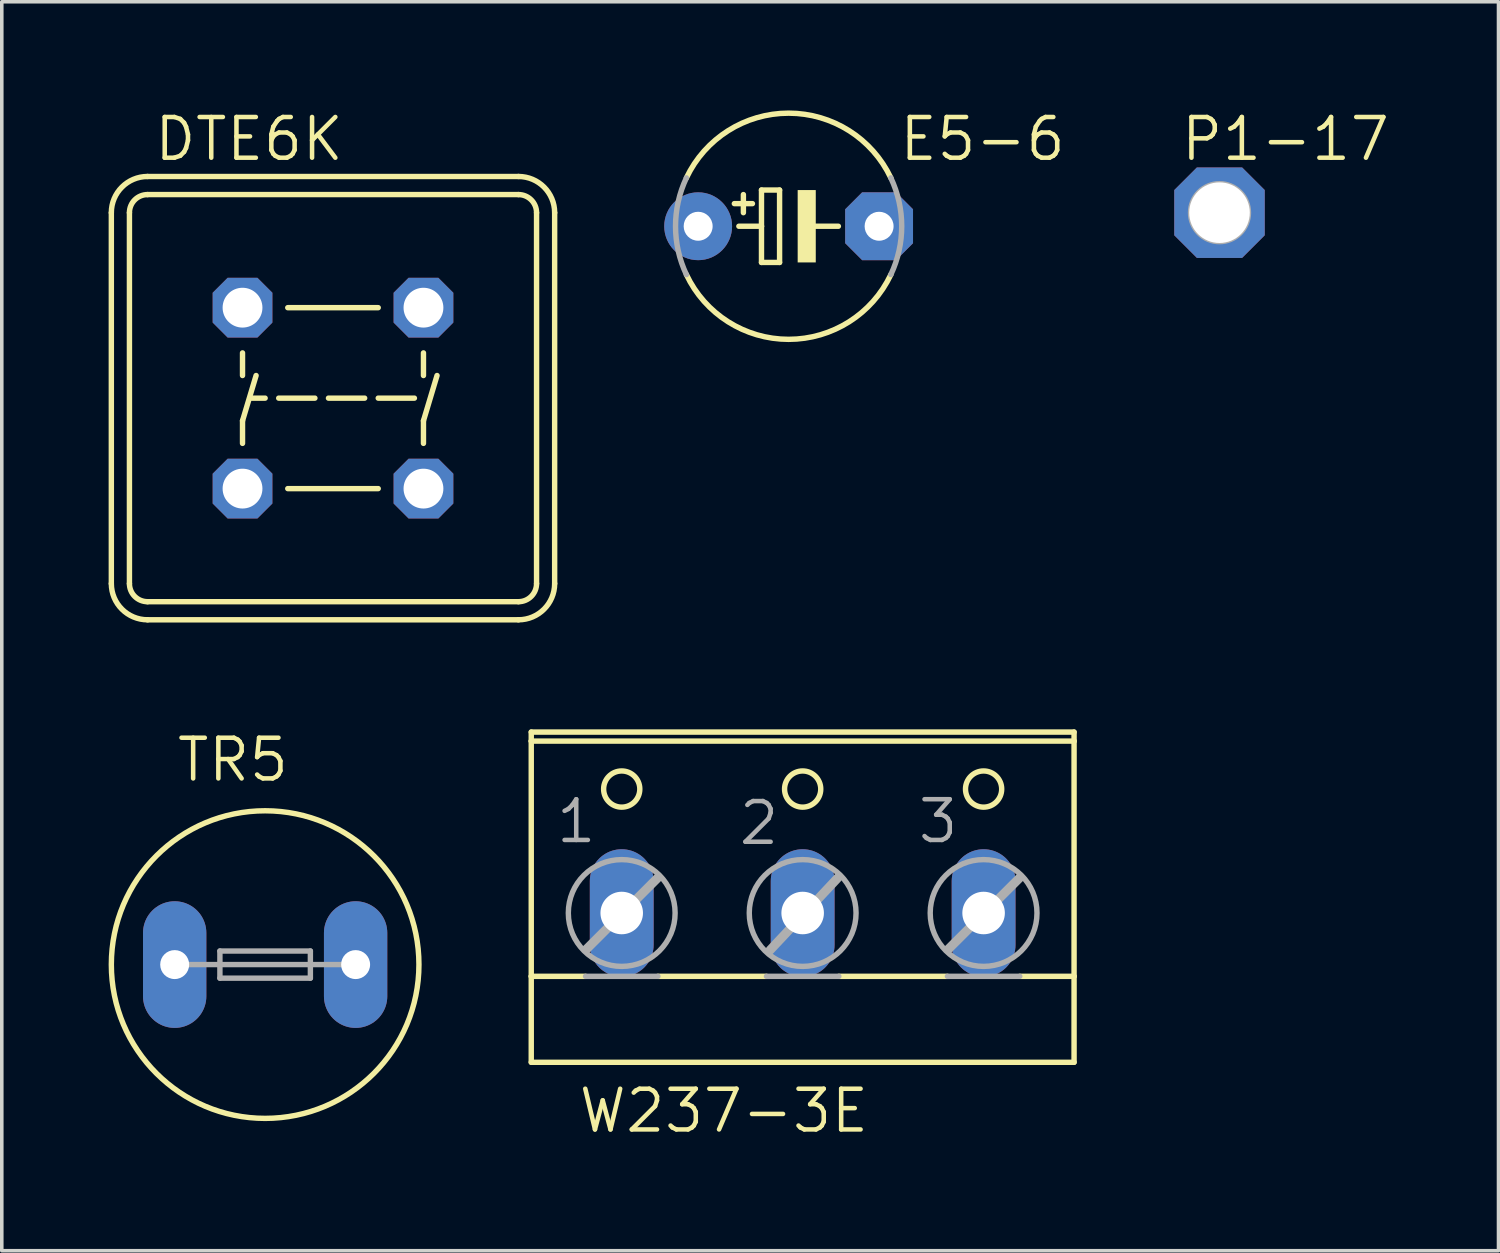
<source format=kicad_pcb>
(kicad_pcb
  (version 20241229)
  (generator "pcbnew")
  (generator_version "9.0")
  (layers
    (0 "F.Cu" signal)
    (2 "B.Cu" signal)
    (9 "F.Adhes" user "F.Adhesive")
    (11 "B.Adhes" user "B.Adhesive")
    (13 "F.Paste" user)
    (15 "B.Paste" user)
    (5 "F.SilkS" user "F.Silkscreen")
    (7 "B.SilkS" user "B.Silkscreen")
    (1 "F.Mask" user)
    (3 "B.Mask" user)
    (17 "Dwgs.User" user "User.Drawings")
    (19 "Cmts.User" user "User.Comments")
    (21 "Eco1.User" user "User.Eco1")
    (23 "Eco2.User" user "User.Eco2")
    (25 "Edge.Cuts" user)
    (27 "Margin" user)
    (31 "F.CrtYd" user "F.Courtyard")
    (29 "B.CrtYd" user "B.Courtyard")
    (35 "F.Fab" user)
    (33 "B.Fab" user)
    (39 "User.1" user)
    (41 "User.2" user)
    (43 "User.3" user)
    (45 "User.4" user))
  (footprint "E5-6"
    (layer "F.Cu")
    (at 19.091 3.302)
    (property "Reference" "E5-6" (at 3.048 -1.778 0) (layer "F.SilkS") (effects (font (size 1.143 1.143) (thickness 0.127)) (justify left bottom)))
    (fp_line (start -1.524 -0.635) (end -1.016 -0.635) (stroke (width 0.152) (type solid)) (layer "F.SilkS"))
    (fp_line (start -1.397 0) (end -0.762 0) (stroke (width 0.152) (type solid)) (layer "F.SilkS"))
    (fp_line (start -1.27 -0.381) (end -1.27 -0.889) (stroke (width 0.152) (type solid)) (layer "F.SilkS"))
    (fp_line (start -0.762 -1.016) (end -0.762 0) (stroke (width 0.152) (type solid)) (layer "F.SilkS"))
    (fp_line (start -0.762 0) (end -0.762 1.016) (stroke (width 0.152) (type solid)) (layer "F.SilkS"))
    (fp_line (start -0.762 1.016) (end -0.254 1.016) (stroke (width 0.152) (type solid)) (layer "F.SilkS"))
    (fp_line (start -0.254 -1.016) (end -0.762 -1.016) (stroke (width 0.152) (type solid)) (layer "F.SilkS"))
    (fp_line (start -0.254 1.016) (end -0.254 -1.016) (stroke (width 0.152) (type solid)) (layer "F.SilkS"))
    (fp_line (start 0.635 0) (end 1.397 0) (stroke (width 0.152) (type solid)) (layer "F.SilkS"))
    (fp_arc (start -2.8702 -1.3574) (mid 0 -3.174993) (end 2.8702 -1.3574) (stroke (width 0.1524) (type solid)) (layer "F.SilkS"))
    (fp_arc (start 2.8702 1.3574) (mid 0 3.174993) (end -2.8702 1.3574) (stroke (width 0.1524) (type solid)) (layer "F.SilkS"))
    (fp_poly (pts (xy 0.254 1.016) (xy 0.762 1.016) (xy 0.762 -1.016) (xy 0.254 -1.016)) (stroke (width 0) (type solid)) (fill yes) (layer "F.SilkS"))
    (fp_arc (start -2.8702 1.3574) (mid -3.174993 0) (end -2.8702 -1.3574) (stroke (width 0.1524) (type solid)) (layer "F.Fab"))
    (fp_arc (start 2.8702 -1.3574) (mid 3.174993 0) (end 2.8702 1.3574) (stroke (width 0.1524) (type solid)) (layer "F.Fab"))
    (pad "+" thru_hole circle (at -2.54 0) (size 1.905 1.905) (drill 0.813) (layers "*.Cu" "*.Mask"))
    (pad "-" thru_hole roundrect (at 2.54 0) (size 1.905 1.905) (drill 0.813) (layers "*.Cu" "*.Mask") (roundrect_rratio 0.25) (chamfer_ratio 0.25) (chamfer top_left top_right bottom_left bottom_right)))
  (footprint "DTE6K"
    (layer "F.Cu")
    (at 6.299 8.128)
    (property "Reference" "DTE6K" (at -5.08 -6.604 0) (layer "F.SilkS") (effects (font (size 1.143 1.143) (thickness 0.127)) (justify left bottom)))
    (fp_line (start -6.223 5.207) (end -6.223 -5.207) (stroke (width 0.152) (type solid)) (layer "F.SilkS"))
    (fp_line (start -5.715 5.207) (end -5.715 -5.207) (stroke (width 0.152) (type solid)) (layer "F.SilkS"))
    (fp_line (start -5.207 -6.223) (end 5.207 -6.223) (stroke (width 0.152) (type solid)) (layer "F.SilkS"))
    (fp_line (start -5.207 -5.715) (end 5.207 -5.715) (stroke (width 0.152) (type solid)) (layer "F.SilkS"))
    (fp_line (start -2.54 -1.27) (end -2.54 -0.635) (stroke (width 0.152) (type solid)) (layer "F.SilkS"))
    (fp_line (start -2.54 0.635) (end -2.54 1.27) (stroke (width 0.152) (type solid)) (layer "F.SilkS"))
    (fp_line (start -2.286 0) (end -1.905 0) (stroke (width 0.152) (type solid)) (layer "F.SilkS"))
    (fp_line (start -2.159 -0.635) (end -2.54 0.635) (stroke (width 0.152) (type solid)) (layer "F.SilkS"))
    (fp_line (start -1.524 0) (end -0.508 0) (stroke (width 0.152) (type solid)) (layer "F.SilkS"))
    (fp_line (start -1.27 -2.54) (end 1.27 -2.54) (stroke (width 0.152) (type solid)) (layer "F.SilkS"))
    (fp_line (start -1.27 2.54) (end 1.27 2.54) (stroke (width 0.152) (type solid)) (layer "F.SilkS"))
    (fp_line (start -0.127 0) (end 0.889 0) (stroke (width 0.152) (type solid)) (layer "F.SilkS"))
    (fp_line (start 1.27 0) (end 2.286 0) (stroke (width 0.152) (type solid)) (layer "F.SilkS"))
    (fp_line (start 2.54 -1.27) (end 2.54 -0.635) (stroke (width 0.152) (type solid)) (layer "F.SilkS"))
    (fp_line (start 2.54 0.635) (end 2.54 1.27) (stroke (width 0.152) (type solid)) (layer "F.SilkS"))
    (fp_line (start 2.921 -0.635) (end 2.54 0.635) (stroke (width 0.152) (type solid)) (layer "F.SilkS"))
    (fp_line (start 5.207 5.715) (end -5.207 5.715) (stroke (width 0.152) (type solid)) (layer "F.SilkS"))
    (fp_line (start 5.207 6.223) (end -5.207 6.223) (stroke (width 0.152) (type solid)) (layer "F.SilkS"))
    (fp_line (start 5.715 -5.207) (end 5.715 5.207) (stroke (width 0.152) (type solid)) (layer "F.SilkS"))
    (fp_line (start 6.223 -5.207) (end 6.223 5.207) (stroke (width 0.152) (type solid)) (layer "F.SilkS"))
    (fp_arc (start -6.223 -5.207) (mid -5.92542 -5.92542) (end -5.207 -6.223) (stroke (width 0.1524) (type solid)) (layer "F.SilkS"))
    (fp_arc (start -5.715 -5.207) (mid -5.56621 -5.56621) (end -5.207 -5.715) (stroke (width 0.1524) (type solid)) (layer "F.SilkS"))
    (fp_arc (start -5.207 5.715) (mid -5.56621 5.56621) (end -5.715 5.207) (stroke (width 0.1524) (type solid)) (layer "F.SilkS"))
    (fp_arc (start -5.207 6.223) (mid -5.92542 5.92542) (end -6.223 5.207) (stroke (width 0.1524) (type solid)) (layer "F.SilkS"))
    (fp_arc (start 5.207 -6.223) (mid 5.92542 -5.92542) (end 6.223 -5.207) (stroke (width 0.1524) (type solid)) (layer "F.SilkS"))
    (fp_arc (start 5.207 -5.715) (mid 5.56621 -5.56621) (end 5.715 -5.207) (stroke (width 0.1524) (type solid)) (layer "F.SilkS"))
    (fp_arc (start 5.715 5.207) (mid 5.56621 5.56621) (end 5.207 5.715) (stroke (width 0.1524) (type solid)) (layer "F.SilkS"))
    (fp_arc (start 6.223 5.207) (mid 5.92542 5.92542) (end 5.207 6.223) (stroke (width 0.1524) (type solid)) (layer "F.SilkS"))
    (pad "1" thru_hole roundrect (at -2.54 -2.54) (size 1.676 1.676) (drill 1.118) (layers "*.Cu" "*.Mask") (roundrect_rratio 0.25) (chamfer_ratio 0.25) (chamfer top_left top_right bottom_left bottom_right))
    (pad "2" thru_hole roundrect (at 2.54 -2.54) (size 1.676 1.676) (drill 1.118) (layers "*.Cu" "*.Mask") (roundrect_rratio 0.25) (chamfer_ratio 0.25) (chamfer top_left top_right bottom_left bottom_right))
    (pad "3" thru_hole roundrect (at 2.54 2.54) (size 1.676 1.676) (drill 1.118) (layers "*.Cu" "*.Mask") (roundrect_rratio 0.25) (chamfer_ratio 0.25) (chamfer top_left top_right bottom_left bottom_right))
    (pad "4" thru_hole roundrect (at -2.54 2.54) (size 1.676 1.676) (drill 1.118) (layers "*.Cu" "*.Mask") (roundrect_rratio 0.25) (chamfer_ratio 0.25) (chamfer top_left top_right bottom_left bottom_right)))
  (footprint "TR5"
    (layer "F.Cu")
    (at 4.394 24.031)
    (property "Reference" "TR5" (at -2.54 -5.08 0) (layer "F.SilkS") (effects (font (size 1.143 1.143) (thickness 0.127)) (justify left bottom)))
    (fp_circle (center 0 0) (end 4.318 0) (stroke (width 0.152) (type solid)) (fill no) (layer "F.SilkS"))
    (fp_line (start -2.159 0) (end 2.159 0) (stroke (width 0.152) (type solid)) (layer "F.Fab"))
    (fp_line (start -1.27 -0.381) (end -1.27 0.381) (stroke (width 0.152) (type solid)) (layer "F.Fab"))
    (fp_line (start -1.27 0.381) (end 1.27 0.381) (stroke (width 0.152) (type solid)) (layer "F.Fab"))
    (fp_line (start 1.27 -0.381) (end -1.27 -0.381) (stroke (width 0.152) (type solid)) (layer "F.Fab"))
    (fp_line (start 1.27 -0.381) (end 1.27 0.381) (stroke (width 0.152) (type solid)) (layer "F.Fab"))
    (pad "1" thru_hole oval (at -2.54 0 90) (size 3.556 1.778) (drill 0.813) (layers "*.Cu" "*.Mask"))
    (pad "2" thru_hole oval (at 2.54 0 90) (size 3.556 1.778) (drill 0.813) (layers "*.Cu" "*.Mask")))
  (footprint "P1-17"
    (layer "F.Cu")
    (at 31.188 2.921)
    (property "Reference" "P1-17" (at -1.143 -1.397 0) (layer "F.SilkS") (effects (font (size 1.143 1.143) (thickness 0.127)) (justify left bottom)))
    (fp_circle (center 0 0) (end 0.813 0) (stroke (width 0.152) (type solid)) (fill no) (layer "F.Fab"))
    (fp_poly (pts (xy -0.33 0.33) (xy 0.33 0.33) (xy 0.33 -0.33) (xy -0.33 -0.33)) (stroke (width 0.1) (type solid)) (fill no) (layer "F.Fab"))
    (pad "TP" thru_hole roundrect (at 0 0) (size 2.54 2.54) (drill 1.702) (layers "*.Cu" "*.Mask") (roundrect_rratio 0.25) (chamfer_ratio 0.25) (chamfer top_left top_right bottom_left bottom_right)))
  (footprint "W237-3E"
    (layer "F.Cu")
    (at 19.485 21.948)
    (property "Reference" "W237-3E" (at -6.35 6.858 0) (layer "F.SilkS") (effects (font (size 1.143 1.143) (thickness 0.127)) (justify left bottom)))
    (fp_line (start -7.62 -4.191) (end -7.62 -4.445) (stroke (width 0.152) (type solid)) (layer "F.SilkS"))
    (fp_line (start -7.62 -4.191) (end 7.62 -4.191) (stroke (width 0.152) (type solid)) (layer "F.SilkS"))
    (fp_line (start -7.62 2.413) (end -7.62 -4.191) (stroke (width 0.152) (type solid)) (layer "F.SilkS"))
    (fp_line (start -7.62 2.413) (end -6.096 2.413) (stroke (width 0.152) (type solid)) (layer "F.SilkS"))
    (fp_line (start -7.62 4.826) (end -7.62 2.413) (stroke (width 0.152) (type solid)) (layer "F.SilkS"))
    (fp_line (start -7.62 4.826) (end 7.62 4.826) (stroke (width 0.152) (type solid)) (layer "F.SilkS"))
    (fp_line (start -4.064 2.413) (end -1.016 2.413) (stroke (width 0.152) (type solid)) (layer "F.SilkS"))
    (fp_line (start 1.016 2.413) (end 4.064 2.413) (stroke (width 0.152) (type solid)) (layer "F.SilkS"))
    (fp_line (start 6.096 2.413) (end 7.62 2.413) (stroke (width 0.152) (type solid)) (layer "F.SilkS"))
    (fp_line (start 7.62 -4.445) (end -7.62 -4.445) (stroke (width 0.152) (type solid)) (layer "F.SilkS"))
    (fp_line (start 7.62 -4.445) (end 7.62 -4.191) (stroke (width 0.152) (type solid)) (layer "F.SilkS"))
    (fp_line (start 7.62 -4.191) (end 7.62 2.413) (stroke (width 0.152) (type solid)) (layer "F.SilkS"))
    (fp_line (start 7.62 2.413) (end 7.62 4.826) (stroke (width 0.152) (type solid)) (layer "F.SilkS"))
    (fp_circle (center -5.08 -2.845) (end -4.572 -2.845) (stroke (width 0.152) (type solid)) (fill no) (layer "F.SilkS"))
    (fp_circle (center 0 -2.845) (end 0.508 -2.845) (stroke (width 0.152) (type solid)) (fill no) (layer "F.SilkS"))
    (fp_circle (center 5.08 -2.845) (end 5.588 -2.845) (stroke (width 0.152) (type solid)) (fill no) (layer "F.SilkS"))
    (fp_line (start -6.096 2.413) (end -4.064 2.413) (stroke (width 0.152) (type solid)) (layer "F.Fab"))
    (fp_line (start -6.071 1.651) (end -4.064 -0.356) (stroke (width 0.254) (type solid)) (layer "F.Fab"))
    (fp_line (start -1.016 2.413) (end 1.016 2.413) (stroke (width 0.152) (type solid)) (layer "F.Fab"))
    (fp_line (start -0.914 1.676) (end 0.991 -0.356) (stroke (width 0.254) (type solid)) (layer "F.Fab"))
    (fp_line (start 4.064 2.413) (end 6.096 2.413) (stroke (width 0.152) (type solid)) (layer "F.Fab"))
    (fp_line (start 4.089 1.651) (end 6.096 -0.356) (stroke (width 0.254) (type solid)) (layer "F.Fab"))
    (fp_circle (center -5.08 0.635) (end -3.581 0.635) (stroke (width 0.152) (type solid)) (fill no) (layer "F.Fab"))
    (fp_circle (center 0 0.635) (end 1.499 0.635) (stroke (width 0.152) (type solid)) (fill no) (layer "F.Fab"))
    (fp_circle (center 5.08 0.635) (end 6.579 0.635) (stroke (width 0.152) (type solid)) (fill no) (layer "F.Fab"))
    (fp_text user "3" (at 3.175 -1.27 0) (layer "F.Fab") (effects (font (size 1.143 1.143) (thickness 0.127)) (justify left bottom)))
    (fp_text user "1" (at -6.985 -1.27 0) (layer "F.Fab") (effects (font (size 1.143 1.143) (thickness 0.127)) (justify left bottom)))
    (fp_text user "2" (at -1.854 -1.219 0) (layer "F.Fab") (effects (font (size 1.143 1.143) (thickness 0.127)) (justify left bottom)))
    (pad "1" thru_hole oval (at -5.08 0.635 90) (size 3.581 1.791) (drill 1.194) (layers "*.Cu" "*.Mask"))
    (pad "2" thru_hole oval (at 0 0.635 90) (size 3.581 1.791) (drill 1.194) (layers "*.Cu" "*.Mask"))
    (pad "3" thru_hole oval (at 5.08 0.635 90) (size 3.581 1.791) (drill 1.194) (layers "*.Cu" "*.Mask")))
  (gr_rect
    (start -3 -3)
    (end 39.021 32.065)
    (stroke (width 0.1) (type default))
    (fill no)
    (layer "Edge.Cuts")))
</source>
